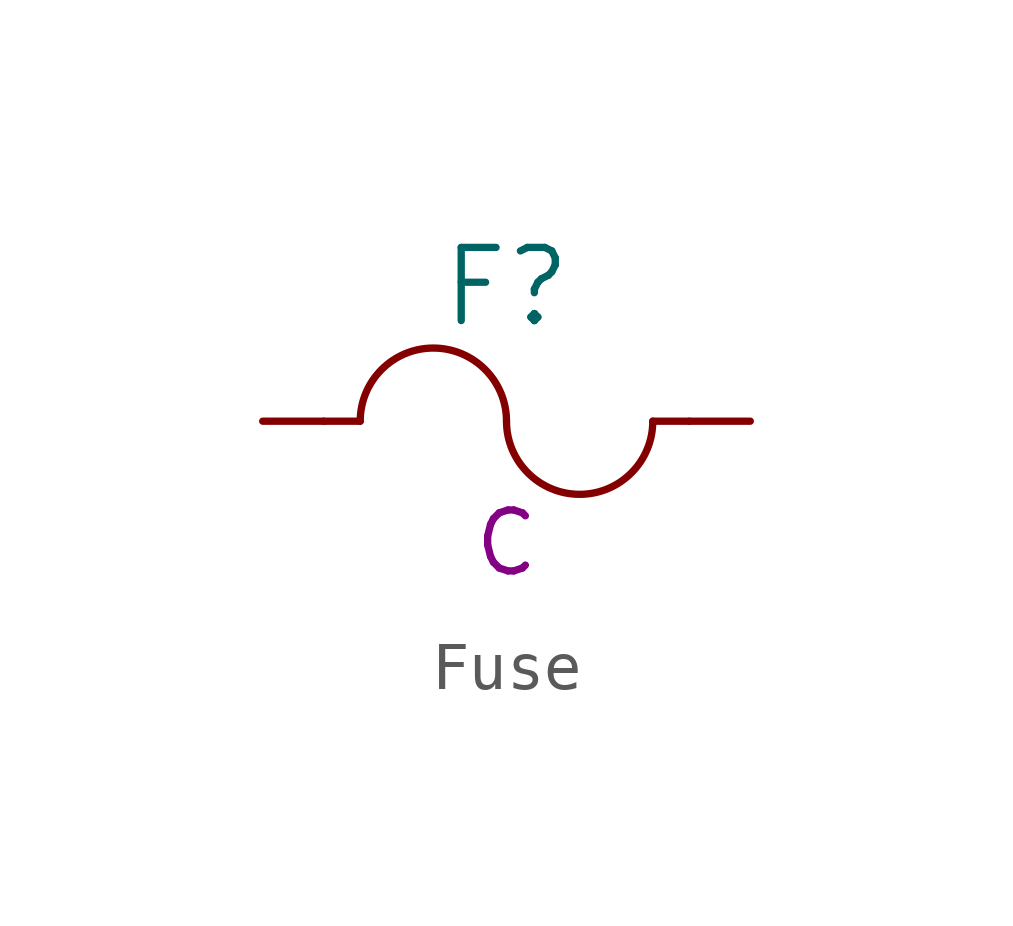
<source format=kicad_sym>
(kicad_symbol_lib
  (version 20220914)
  (generator kicad_symbol_editor)
  (symbol "Fuse"
    (pin_numbers hide)
    (pin_names
      (offset 0) hide)
    (property "Reference" "F"
      (at 0 2.794 0)
      (effects (font (size 1.524 1.524))))
    (property "Current Rating (A)" "C"
      (at 0 -2.54 0)
      (effects (font (size 1.27 1.27))))
    (symbol "Fuse_0_1"
      (rectangle (start -3.81 0) (end -3.048 0) (stroke (width 0) (type default)) (fill (type background)))
      (arc (start 0 0) (mid 1.524 -1.5174) (end 3.048 0) (stroke (width 0) (type default)) (fill (type none)))
      (rectangle (start 3.048 0) (end 3.81 0) (stroke (width 0) (type default)) (fill (type background))))
    (symbol "Fuse_1_1"
      (arc (start 0 0) (mid -1.524 1.5174) (end -3.048 0) (stroke (width 0) (type default)) (fill (type none)))
      (pin passive line (at -5.08 0 0) (length 1.27) (name "1" (effects (font (size 1.27 1.27)))) (number "1" (effects (font (size 1.27 1.27)))))
      (pin passive line (at 5.08 0 180) (length 1.27) (name "2" (effects (font (size 1.27 1.27)))) (number "2" (effects (font (size 1.27 1.27))))))))
</source>
